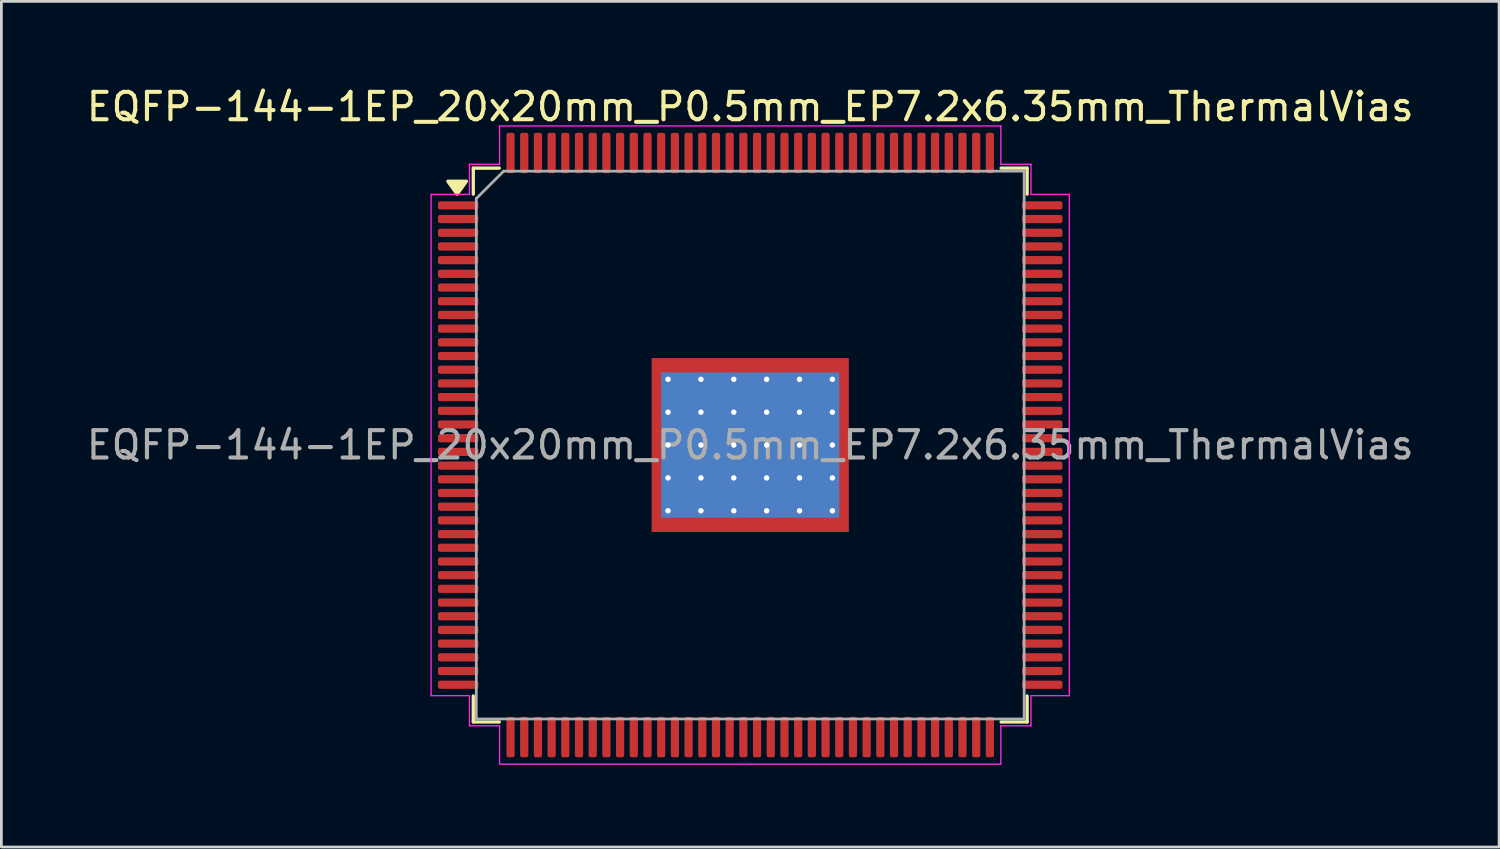
<source format=kicad_pcb>
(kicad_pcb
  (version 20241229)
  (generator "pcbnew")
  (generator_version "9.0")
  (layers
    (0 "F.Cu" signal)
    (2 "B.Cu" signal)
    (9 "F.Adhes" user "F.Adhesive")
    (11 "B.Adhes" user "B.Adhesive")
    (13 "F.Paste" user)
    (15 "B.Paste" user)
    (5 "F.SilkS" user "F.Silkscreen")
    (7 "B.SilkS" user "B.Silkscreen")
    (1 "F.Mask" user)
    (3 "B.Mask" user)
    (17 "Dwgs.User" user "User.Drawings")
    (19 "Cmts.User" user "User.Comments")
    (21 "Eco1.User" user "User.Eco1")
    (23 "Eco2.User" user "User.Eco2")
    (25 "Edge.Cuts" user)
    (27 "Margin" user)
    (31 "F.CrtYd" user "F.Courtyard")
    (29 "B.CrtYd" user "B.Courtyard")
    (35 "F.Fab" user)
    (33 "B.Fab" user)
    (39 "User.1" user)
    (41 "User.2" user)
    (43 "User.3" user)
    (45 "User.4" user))
  (footprint "EQFP-144-1EP_20x20mm_P0.5mm_EP7.2x6.35mm_ThermalVias"
    (layer "F.Cu")
    (at 24.339 13.198)
    (property "Reference" "EQFP-144-1EP_20x20mm_P0.5mm_EP7.2x6.35mm_ThermalVias" (at 0 -12.35 0) (layer "F.SilkS") (effects (font (size 1 1) (thickness 0.15))))
    (attr smd)
    (fp_line (start -10.11 -10.11) (end -10.11 -9.16) (stroke (width 0.12) (type solid)) (layer "F.SilkS"))
    (fp_line (start -10.11 10.11) (end -10.11 9.16) (stroke (width 0.12) (type solid)) (layer "F.SilkS"))
    (fp_line (start -9.16 -10.11) (end -10.11 -10.11) (stroke (width 0.12) (type solid)) (layer "F.SilkS"))
    (fp_line (start -9.16 10.11) (end -10.11 10.11) (stroke (width 0.12) (type solid)) (layer "F.SilkS"))
    (fp_line (start 9.16 -10.11) (end 10.11 -10.11) (stroke (width 0.12) (type solid)) (layer "F.SilkS"))
    (fp_line (start 9.16 10.11) (end 10.11 10.11) (stroke (width 0.12) (type solid)) (layer "F.SilkS"))
    (fp_line (start 10.11 -10.11) (end 10.11 -9.16) (stroke (width 0.12) (type solid)) (layer "F.SilkS"))
    (fp_line (start 10.11 10.11) (end 10.11 9.16) (stroke (width 0.12) (type solid)) (layer "F.SilkS"))
    (fp_poly (pts (xy -10.7 -9.16) (xy -11.04 -9.63) (xy -10.36 -9.63)) (stroke (width 0.12) (type solid)) (fill yes) (layer "F.SilkS"))
    (fp_line (start -11.65 -9.15) (end -11.65 0) (stroke (width 0.05) (type solid)) (layer "F.CrtYd"))
    (fp_line (start -11.65 9.15) (end -11.65 0) (stroke (width 0.05) (type solid)) (layer "F.CrtYd"))
    (fp_line (start -10.25 -10.25) (end -10.25 -9.15) (stroke (width 0.05) (type solid)) (layer "F.CrtYd"))
    (fp_line (start -10.25 -9.15) (end -11.65 -9.15) (stroke (width 0.05) (type solid)) (layer "F.CrtYd"))
    (fp_line (start -10.25 9.15) (end -11.65 9.15) (stroke (width 0.05) (type solid)) (layer "F.CrtYd"))
    (fp_line (start -10.25 10.25) (end -10.25 9.15) (stroke (width 0.05) (type solid)) (layer "F.CrtYd"))
    (fp_line (start -9.15 -11.65) (end -9.15 -10.25) (stroke (width 0.05) (type solid)) (layer "F.CrtYd"))
    (fp_line (start -9.15 -10.25) (end -10.25 -10.25) (stroke (width 0.05) (type solid)) (layer "F.CrtYd"))
    (fp_line (start -9.15 10.25) (end -10.25 10.25) (stroke (width 0.05) (type solid)) (layer "F.CrtYd"))
    (fp_line (start -9.15 11.65) (end -9.15 10.25) (stroke (width 0.05) (type solid)) (layer "F.CrtYd"))
    (fp_line (start 0 -11.65) (end -9.15 -11.65) (stroke (width 0.05) (type solid)) (layer "F.CrtYd"))
    (fp_line (start 0 -11.65) (end 9.15 -11.65) (stroke (width 0.05) (type solid)) (layer "F.CrtYd"))
    (fp_line (start 0 11.65) (end -9.15 11.65) (stroke (width 0.05) (type solid)) (layer "F.CrtYd"))
    (fp_line (start 0 11.65) (end 9.15 11.65) (stroke (width 0.05) (type solid)) (layer "F.CrtYd"))
    (fp_line (start 9.15 -11.65) (end 9.15 -10.25) (stroke (width 0.05) (type solid)) (layer "F.CrtYd"))
    (fp_line (start 9.15 -10.25) (end 10.25 -10.25) (stroke (width 0.05) (type solid)) (layer "F.CrtYd"))
    (fp_line (start 9.15 10.25) (end 10.25 10.25) (stroke (width 0.05) (type solid)) (layer "F.CrtYd"))
    (fp_line (start 9.15 11.65) (end 9.15 10.25) (stroke (width 0.05) (type solid)) (layer "F.CrtYd"))
    (fp_line (start 10.25 -10.25) (end 10.25 -9.15) (stroke (width 0.05) (type solid)) (layer "F.CrtYd"))
    (fp_line (start 10.25 -9.15) (end 11.65 -9.15) (stroke (width 0.05) (type solid)) (layer "F.CrtYd"))
    (fp_line (start 10.25 9.15) (end 11.65 9.15) (stroke (width 0.05) (type solid)) (layer "F.CrtYd"))
    (fp_line (start 10.25 10.25) (end 10.25 9.15) (stroke (width 0.05) (type solid)) (layer "F.CrtYd"))
    (fp_line (start 11.65 -9.15) (end 11.65 0) (stroke (width 0.05) (type solid)) (layer "F.CrtYd"))
    (fp_line (start 11.65 9.15) (end 11.65 0) (stroke (width 0.05) (type solid)) (layer "F.CrtYd"))
    (fp_line (start -10 -9) (end -9 -10) (stroke (width 0.1) (type solid)) (layer "F.Fab"))
    (fp_line (start -10 10) (end -10 -9) (stroke (width 0.1) (type solid)) (layer "F.Fab"))
    (fp_line (start -9 -10) (end 10 -10) (stroke (width 0.1) (type solid)) (layer "F.Fab"))
    (fp_line (start 10 -10) (end 10 10) (stroke (width 0.1) (type solid)) (layer "F.Fab"))
    (fp_line (start 10 10) (end -10 10) (stroke (width 0.1) (type solid)) (layer "F.Fab"))
    (fp_text user "${REFERENCE}" (at 0 0 0) (layer "F.Fab") (effects (font (size 1 1) (thickness 0.15))))
    (pad "" smd custom (at -3.3 -2.788) (size 0.378 0.378) (layers "F.Paste") (options (anchor circle)) (primitives (gr_poly (pts (xy -0.136 -0.207) (xy 0.136 -0.207) (xy 0.136 0.119) (xy 0.048 0.207) (xy -0.136 0.207)) (width 0.212) (fill yes))))
    (pad "" smd custom (at -3.3 -1.8) (size 0.407 0.407) (layers "F.Paste") (options (anchor circle)) (primitives (gr_poly (pts (xy -0.165 -0.407) (xy 0.102 -0.407) (xy 0.165 -0.344) (xy 0.165 0.344) (xy 0.102 0.407) (xy -0.165 0.407)) (width 0.153) (fill yes))))
    (pad "" smd custom (at -3.3 -0.6) (size 0.407 0.407) (layers "F.Paste") (options (anchor circle)) (primitives (gr_poly (pts (xy -0.165 -0.407) (xy 0.102 -0.407) (xy 0.165 -0.344) (xy 0.165 0.344) (xy 0.102 0.407) (xy -0.165 0.407)) (width 0.153) (fill yes))))
    (pad "" smd custom (at -3.3 0.6) (size 0.407 0.407) (layers "F.Paste") (options (anchor circle)) (primitives (gr_poly (pts (xy -0.165 -0.407) (xy 0.102 -0.407) (xy 0.165 -0.344) (xy 0.165 0.344) (xy 0.102 0.407) (xy -0.165 0.407)) (width 0.153) (fill yes))))
    (pad "" smd custom (at -3.3 1.8) (size 0.407 0.407) (layers "F.Paste") (options (anchor circle)) (primitives (gr_poly (pts (xy -0.165 -0.407) (xy 0.102 -0.407) (xy 0.165 -0.344) (xy 0.165 0.344) (xy 0.102 0.407) (xy -0.165 0.407)) (width 0.153) (fill yes))))
    (pad "" smd custom (at -3.3 2.788) (size 0.378 0.378) (layers "F.Paste") (options (anchor circle)) (primitives (gr_poly (pts (xy -0.136 -0.207) (xy 0.048 -0.207) (xy 0.136 -0.119) (xy 0.136 0.207) (xy -0.136 0.207)) (width 0.212) (fill yes))))
    (pad "" smd roundrect (at -2.4 -2.788) (size 0.967 0.625) (layers "F.Paste") (roundrect_rratio 0.25))
    (pad "" smd roundrect (at -2.4 -1.8) (size 0.967 0.967) (layers "F.Paste") (roundrect_rratio 0.25))
    (pad "" smd roundrect (at -2.4 -0.6) (size 0.967 0.967) (layers "F.Paste") (roundrect_rratio 0.25))
    (pad "" smd roundrect (at -2.4 0.6) (size 0.967 0.967) (layers "F.Paste") (roundrect_rratio 0.25))
    (pad "" smd roundrect (at -2.4 1.8) (size 0.967 0.967) (layers "F.Paste") (roundrect_rratio 0.25))
    (pad "" smd roundrect (at -2.4 2.788) (size 0.967 0.625) (layers "F.Paste") (roundrect_rratio 0.25))
    (pad "" smd roundrect (at -1.2 -2.788) (size 0.967 0.625) (layers "F.Paste") (roundrect_rratio 0.25))
    (pad "" smd roundrect (at -1.2 -1.8) (size 0.967 0.967) (layers "F.Paste") (roundrect_rratio 0.25))
    (pad "" smd roundrect (at -1.2 -0.6) (size 0.967 0.967) (layers "F.Paste") (roundrect_rratio 0.25))
    (pad "" smd roundrect (at -1.2 0.6) (size 0.967 0.967) (layers "F.Paste") (roundrect_rratio 0.25))
    (pad "" smd roundrect (at -1.2 1.8) (size 0.967 0.967) (layers "F.Paste") (roundrect_rratio 0.25))
    (pad "" smd roundrect (at -1.2 2.788) (size 0.967 0.625) (layers "F.Paste") (roundrect_rratio 0.25))
    (pad "" smd roundrect (at 0 -2.788) (size 0.967 0.625) (layers "F.Paste") (roundrect_rratio 0.25))
    (pad "" smd roundrect (at 0 -1.8) (size 0.967 0.967) (layers "F.Paste") (roundrect_rratio 0.25))
    (pad "" smd roundrect (at 0 -0.6) (size 0.967 0.967) (layers "F.Paste") (roundrect_rratio 0.25))
    (pad "" smd roundrect (at 0 0.6) (size 0.967 0.967) (layers "F.Paste") (roundrect_rratio 0.25))
    (pad "" smd roundrect (at 0 1.8) (size 0.967 0.967) (layers "F.Paste") (roundrect_rratio 0.25))
    (pad "" smd roundrect (at 0 2.788) (size 0.967 0.625) (layers "F.Paste") (roundrect_rratio 0.25))
    (pad "" smd roundrect (at 1.2 -2.788) (size 0.967 0.625) (layers "F.Paste") (roundrect_rratio 0.25))
    (pad "" smd roundrect (at 1.2 -1.8) (size 0.967 0.967) (layers "F.Paste") (roundrect_rratio 0.25))
    (pad "" smd roundrect (at 1.2 -0.6) (size 0.967 0.967) (layers "F.Paste") (roundrect_rratio 0.25))
    (pad "" smd roundrect (at 1.2 0.6) (size 0.967 0.967) (layers "F.Paste") (roundrect_rratio 0.25))
    (pad "" smd roundrect (at 1.2 1.8) (size 0.967 0.967) (layers "F.Paste") (roundrect_rratio 0.25))
    (pad "" smd roundrect (at 1.2 2.788) (size 0.967 0.625) (layers "F.Paste") (roundrect_rratio 0.25))
    (pad "" smd roundrect (at 2.4 -2.788) (size 0.967 0.625) (layers "F.Paste") (roundrect_rratio 0.25))
    (pad "" smd roundrect (at 2.4 -1.8) (size 0.967 0.967) (layers "F.Paste") (roundrect_rratio 0.25))
    (pad "" smd roundrect (at 2.4 -0.6) (size 0.967 0.967) (layers "F.Paste") (roundrect_rratio 0.25))
    (pad "" smd roundrect (at 2.4 0.6) (size 0.967 0.967) (layers "F.Paste") (roundrect_rratio 0.25))
    (pad "" smd roundrect (at 2.4 1.8) (size 0.967 0.967) (layers "F.Paste") (roundrect_rratio 0.25))
    (pad "" smd roundrect (at 2.4 2.788) (size 0.967 0.625) (layers "F.Paste") (roundrect_rratio 0.25))
    (pad "" smd custom (at 3.3 -2.788) (size 0.378 0.378) (layers "F.Paste") (options (anchor circle)) (primitives (gr_poly (pts (xy -0.136 -0.207) (xy 0.136 -0.207) (xy 0.136 0.207) (xy -0.048 0.207) (xy -0.136 0.119)) (width 0.212) (fill yes))))
    (pad "" smd custom (at 3.3 -1.8) (size 0.407 0.407) (layers "F.Paste") (options (anchor circle)) (primitives (gr_poly (pts (xy -0.165 -0.344) (xy -0.102 -0.407) (xy 0.165 -0.407) (xy 0.165 0.407) (xy -0.102 0.407) (xy -0.165 0.344)) (width 0.153) (fill yes))))
    (pad "" smd custom (at 3.3 -0.6) (size 0.407 0.407) (layers "F.Paste") (options (anchor circle)) (primitives (gr_poly (pts (xy -0.165 -0.344) (xy -0.102 -0.407) (xy 0.165 -0.407) (xy 0.165 0.407) (xy -0.102 0.407) (xy -0.165 0.344)) (width 0.153) (fill yes))))
    (pad "" smd custom (at 3.3 0.6) (size 0.407 0.407) (layers "F.Paste") (options (anchor circle)) (primitives (gr_poly (pts (xy -0.165 -0.344) (xy -0.102 -0.407) (xy 0.165 -0.407) (xy 0.165 0.407) (xy -0.102 0.407) (xy -0.165 0.344)) (width 0.153) (fill yes))))
    (pad "" smd custom (at 3.3 1.8) (size 0.407 0.407) (layers "F.Paste") (options (anchor circle)) (primitives (gr_poly (pts (xy -0.165 -0.344) (xy -0.102 -0.407) (xy 0.165 -0.407) (xy 0.165 0.407) (xy -0.102 0.407) (xy -0.165 0.344)) (width 0.153) (fill yes))))
    (pad "" smd custom (at 3.3 2.788) (size 0.378 0.378) (layers "F.Paste") (options (anchor circle)) (primitives (gr_poly (pts (xy -0.136 -0.119) (xy -0.048 -0.207) (xy 0.136 -0.207) (xy 0.136 0.207) (xy -0.136 0.207)) (width 0.212) (fill yes))))
    (pad "1" smd roundrect (at -10.662 -8.75) (size 1.475 0.3) (layers "F.Cu" "F.Mask" "F.Paste") (roundrect_rratio 0.25))
    (pad "2" smd roundrect (at -10.662 -8.25) (size 1.475 0.3) (layers "F.Cu" "F.Mask" "F.Paste") (roundrect_rratio 0.25))
    (pad "3" smd roundrect (at -10.662 -7.75) (size 1.475 0.3) (layers "F.Cu" "F.Mask" "F.Paste") (roundrect_rratio 0.25))
    (pad "4" smd roundrect (at -10.662 -7.25) (size 1.475 0.3) (layers "F.Cu" "F.Mask" "F.Paste") (roundrect_rratio 0.25))
    (pad "5" smd roundrect (at -10.662 -6.75) (size 1.475 0.3) (layers "F.Cu" "F.Mask" "F.Paste") (roundrect_rratio 0.25))
    (pad "6" smd roundrect (at -10.662 -6.25) (size 1.475 0.3) (layers "F.Cu" "F.Mask" "F.Paste") (roundrect_rratio 0.25))
    (pad "7" smd roundrect (at -10.662 -5.75) (size 1.475 0.3) (layers "F.Cu" "F.Mask" "F.Paste") (roundrect_rratio 0.25))
    (pad "8" smd roundrect (at -10.662 -5.25) (size 1.475 0.3) (layers "F.Cu" "F.Mask" "F.Paste") (roundrect_rratio 0.25))
    (pad "9" smd roundrect (at -10.662 -4.75) (size 1.475 0.3) (layers "F.Cu" "F.Mask" "F.Paste") (roundrect_rratio 0.25))
    (pad "10" smd roundrect (at -10.662 -4.25) (size 1.475 0.3) (layers "F.Cu" "F.Mask" "F.Paste") (roundrect_rratio 0.25))
    (pad "11" smd roundrect (at -10.662 -3.75) (size 1.475 0.3) (layers "F.Cu" "F.Mask" "F.Paste") (roundrect_rratio 0.25))
    (pad "12" smd roundrect (at -10.662 -3.25) (size 1.475 0.3) (layers "F.Cu" "F.Mask" "F.Paste") (roundrect_rratio 0.25))
    (pad "13" smd roundrect (at -10.662 -2.75) (size 1.475 0.3) (layers "F.Cu" "F.Mask" "F.Paste") (roundrect_rratio 0.25))
    (pad "14" smd roundrect (at -10.662 -2.25) (size 1.475 0.3) (layers "F.Cu" "F.Mask" "F.Paste") (roundrect_rratio 0.25))
    (pad "15" smd roundrect (at -10.662 -1.75) (size 1.475 0.3) (layers "F.Cu" "F.Mask" "F.Paste") (roundrect_rratio 0.25))
    (pad "16" smd roundrect (at -10.662 -1.25) (size 1.475 0.3) (layers "F.Cu" "F.Mask" "F.Paste") (roundrect_rratio 0.25))
    (pad "17" smd roundrect (at -10.662 -0.75) (size 1.475 0.3) (layers "F.Cu" "F.Mask" "F.Paste") (roundrect_rratio 0.25))
    (pad "18" smd roundrect (at -10.662 -0.25) (size 1.475 0.3) (layers "F.Cu" "F.Mask" "F.Paste") (roundrect_rratio 0.25))
    (pad "19" smd roundrect (at -10.662 0.25) (size 1.475 0.3) (layers "F.Cu" "F.Mask" "F.Paste") (roundrect_rratio 0.25))
    (pad "20" smd roundrect (at -10.662 0.75) (size 1.475 0.3) (layers "F.Cu" "F.Mask" "F.Paste") (roundrect_rratio 0.25))
    (pad "21" smd roundrect (at -10.662 1.25) (size 1.475 0.3) (layers "F.Cu" "F.Mask" "F.Paste") (roundrect_rratio 0.25))
    (pad "22" smd roundrect (at -10.662 1.75) (size 1.475 0.3) (layers "F.Cu" "F.Mask" "F.Paste") (roundrect_rratio 0.25))
    (pad "23" smd roundrect (at -10.662 2.25) (size 1.475 0.3) (layers "F.Cu" "F.Mask" "F.Paste") (roundrect_rratio 0.25))
    (pad "24" smd roundrect (at -10.662 2.75) (size 1.475 0.3) (layers "F.Cu" "F.Mask" "F.Paste") (roundrect_rratio 0.25))
    (pad "25" smd roundrect (at -10.662 3.25) (size 1.475 0.3) (layers "F.Cu" "F.Mask" "F.Paste") (roundrect_rratio 0.25))
    (pad "26" smd roundrect (at -10.662 3.75) (size 1.475 0.3) (layers "F.Cu" "F.Mask" "F.Paste") (roundrect_rratio 0.25))
    (pad "27" smd roundrect (at -10.662 4.25) (size 1.475 0.3) (layers "F.Cu" "F.Mask" "F.Paste") (roundrect_rratio 0.25))
    (pad "28" smd roundrect (at -10.662 4.75) (size 1.475 0.3) (layers "F.Cu" "F.Mask" "F.Paste") (roundrect_rratio 0.25))
    (pad "29" smd roundrect (at -10.662 5.25) (size 1.475 0.3) (layers "F.Cu" "F.Mask" "F.Paste") (roundrect_rratio 0.25))
    (pad "30" smd roundrect (at -10.662 5.75) (size 1.475 0.3) (layers "F.Cu" "F.Mask" "F.Paste") (roundrect_rratio 0.25))
    (pad "31" smd roundrect (at -10.662 6.25) (size 1.475 0.3) (layers "F.Cu" "F.Mask" "F.Paste") (roundrect_rratio 0.25))
    (pad "32" smd roundrect (at -10.662 6.75) (size 1.475 0.3) (layers "F.Cu" "F.Mask" "F.Paste") (roundrect_rratio 0.25))
    (pad "33" smd roundrect (at -10.662 7.25) (size 1.475 0.3) (layers "F.Cu" "F.Mask" "F.Paste") (roundrect_rratio 0.25))
    (pad "34" smd roundrect (at -10.662 7.75) (size 1.475 0.3) (layers "F.Cu" "F.Mask" "F.Paste") (roundrect_rratio 0.25))
    (pad "35" smd roundrect (at -10.662 8.25) (size 1.475 0.3) (layers "F.Cu" "F.Mask" "F.Paste") (roundrect_rratio 0.25))
    (pad "36" smd roundrect (at -10.662 8.75) (size 1.475 0.3) (layers "F.Cu" "F.Mask" "F.Paste") (roundrect_rratio 0.25))
    (pad "37" smd roundrect (at -8.75 10.662) (size 0.3 1.475) (layers "F.Cu" "F.Mask" "F.Paste") (roundrect_rratio 0.25))
    (pad "38" smd roundrect (at -8.25 10.662) (size 0.3 1.475) (layers "F.Cu" "F.Mask" "F.Paste") (roundrect_rratio 0.25))
    (pad "39" smd roundrect (at -7.75 10.662) (size 0.3 1.475) (layers "F.Cu" "F.Mask" "F.Paste") (roundrect_rratio 0.25))
    (pad "40" smd roundrect (at -7.25 10.662) (size 0.3 1.475) (layers "F.Cu" "F.Mask" "F.Paste") (roundrect_rratio 0.25))
    (pad "41" smd roundrect (at -6.75 10.662) (size 0.3 1.475) (layers "F.Cu" "F.Mask" "F.Paste") (roundrect_rratio 0.25))
    (pad "42" smd roundrect (at -6.25 10.662) (size 0.3 1.475) (layers "F.Cu" "F.Mask" "F.Paste") (roundrect_rratio 0.25))
    (pad "43" smd roundrect (at -5.75 10.662) (size 0.3 1.475) (layers "F.Cu" "F.Mask" "F.Paste") (roundrect_rratio 0.25))
    (pad "44" smd roundrect (at -5.25 10.662) (size 0.3 1.475) (layers "F.Cu" "F.Mask" "F.Paste") (roundrect_rratio 0.25))
    (pad "45" smd roundrect (at -4.75 10.662) (size 0.3 1.475) (layers "F.Cu" "F.Mask" "F.Paste") (roundrect_rratio 0.25))
    (pad "46" smd roundrect (at -4.25 10.662) (size 0.3 1.475) (layers "F.Cu" "F.Mask" "F.Paste") (roundrect_rratio 0.25))
    (pad "47" smd roundrect (at -3.75 10.662) (size 0.3 1.475) (layers "F.Cu" "F.Mask" "F.Paste") (roundrect_rratio 0.25))
    (pad "48" smd roundrect (at -3.25 10.662) (size 0.3 1.475) (layers "F.Cu" "F.Mask" "F.Paste") (roundrect_rratio 0.25))
    (pad "49" smd roundrect (at -2.75 10.662) (size 0.3 1.475) (layers "F.Cu" "F.Mask" "F.Paste") (roundrect_rratio 0.25))
    (pad "50" smd roundrect (at -2.25 10.662) (size 0.3 1.475) (layers "F.Cu" "F.Mask" "F.Paste") (roundrect_rratio 0.25))
    (pad "51" smd roundrect (at -1.75 10.662) (size 0.3 1.475) (layers "F.Cu" "F.Mask" "F.Paste") (roundrect_rratio 0.25))
    (pad "52" smd roundrect (at -1.25 10.662) (size 0.3 1.475) (layers "F.Cu" "F.Mask" "F.Paste") (roundrect_rratio 0.25))
    (pad "53" smd roundrect (at -0.75 10.662) (size 0.3 1.475) (layers "F.Cu" "F.Mask" "F.Paste") (roundrect_rratio 0.25))
    (pad "54" smd roundrect (at -0.25 10.662) (size 0.3 1.475) (layers "F.Cu" "F.Mask" "F.Paste") (roundrect_rratio 0.25))
    (pad "55" smd roundrect (at 0.25 10.662) (size 0.3 1.475) (layers "F.Cu" "F.Mask" "F.Paste") (roundrect_rratio 0.25))
    (pad "56" smd roundrect (at 0.75 10.662) (size 0.3 1.475) (layers "F.Cu" "F.Mask" "F.Paste") (roundrect_rratio 0.25))
    (pad "57" smd roundrect (at 1.25 10.662) (size 0.3 1.475) (layers "F.Cu" "F.Mask" "F.Paste") (roundrect_rratio 0.25))
    (pad "58" smd roundrect (at 1.75 10.662) (size 0.3 1.475) (layers "F.Cu" "F.Mask" "F.Paste") (roundrect_rratio 0.25))
    (pad "59" smd roundrect (at 2.25 10.662) (size 0.3 1.475) (layers "F.Cu" "F.Mask" "F.Paste") (roundrect_rratio 0.25))
    (pad "60" smd roundrect (at 2.75 10.662) (size 0.3 1.475) (layers "F.Cu" "F.Mask" "F.Paste") (roundrect_rratio 0.25))
    (pad "61" smd roundrect (at 3.25 10.662) (size 0.3 1.475) (layers "F.Cu" "F.Mask" "F.Paste") (roundrect_rratio 0.25))
    (pad "62" smd roundrect (at 3.75 10.662) (size 0.3 1.475) (layers "F.Cu" "F.Mask" "F.Paste") (roundrect_rratio 0.25))
    (pad "63" smd roundrect (at 4.25 10.662) (size 0.3 1.475) (layers "F.Cu" "F.Mask" "F.Paste") (roundrect_rratio 0.25))
    (pad "64" smd roundrect (at 4.75 10.662) (size 0.3 1.475) (layers "F.Cu" "F.Mask" "F.Paste") (roundrect_rratio 0.25))
    (pad "65" smd roundrect (at 5.25 10.662) (size 0.3 1.475) (layers "F.Cu" "F.Mask" "F.Paste") (roundrect_rratio 0.25))
    (pad "66" smd roundrect (at 5.75 10.662) (size 0.3 1.475) (layers "F.Cu" "F.Mask" "F.Paste") (roundrect_rratio 0.25))
    (pad "67" smd roundrect (at 6.25 10.662) (size 0.3 1.475) (layers "F.Cu" "F.Mask" "F.Paste") (roundrect_rratio 0.25))
    (pad "68" smd roundrect (at 6.75 10.662) (size 0.3 1.475) (layers "F.Cu" "F.Mask" "F.Paste") (roundrect_rratio 0.25))
    (pad "69" smd roundrect (at 7.25 10.662) (size 0.3 1.475) (layers "F.Cu" "F.Mask" "F.Paste") (roundrect_rratio 0.25))
    (pad "70" smd roundrect (at 7.75 10.662) (size 0.3 1.475) (layers "F.Cu" "F.Mask" "F.Paste") (roundrect_rratio 0.25))
    (pad "71" smd roundrect (at 8.25 10.662) (size 0.3 1.475) (layers "F.Cu" "F.Mask" "F.Paste") (roundrect_rratio 0.25))
    (pad "72" smd roundrect (at 8.75 10.662) (size 0.3 1.475) (layers "F.Cu" "F.Mask" "F.Paste") (roundrect_rratio 0.25))
    (pad "73" smd roundrect (at 10.662 8.75) (size 1.475 0.3) (layers "F.Cu" "F.Mask" "F.Paste") (roundrect_rratio 0.25))
    (pad "74" smd roundrect (at 10.662 8.25) (size 1.475 0.3) (layers "F.Cu" "F.Mask" "F.Paste") (roundrect_rratio 0.25))
    (pad "75" smd roundrect (at 10.662 7.75) (size 1.475 0.3) (layers "F.Cu" "F.Mask" "F.Paste") (roundrect_rratio 0.25))
    (pad "76" smd roundrect (at 10.662 7.25) (size 1.475 0.3) (layers "F.Cu" "F.Mask" "F.Paste") (roundrect_rratio 0.25))
    (pad "77" smd roundrect (at 10.662 6.75) (size 1.475 0.3) (layers "F.Cu" "F.Mask" "F.Paste") (roundrect_rratio 0.25))
    (pad "78" smd roundrect (at 10.662 6.25) (size 1.475 0.3) (layers "F.Cu" "F.Mask" "F.Paste") (roundrect_rratio 0.25))
    (pad "79" smd roundrect (at 10.662 5.75) (size 1.475 0.3) (layers "F.Cu" "F.Mask" "F.Paste") (roundrect_rratio 0.25))
    (pad "80" smd roundrect (at 10.662 5.25) (size 1.475 0.3) (layers "F.Cu" "F.Mask" "F.Paste") (roundrect_rratio 0.25))
    (pad "81" smd roundrect (at 10.662 4.75) (size 1.475 0.3) (layers "F.Cu" "F.Mask" "F.Paste") (roundrect_rratio 0.25))
    (pad "82" smd roundrect (at 10.662 4.25) (size 1.475 0.3) (layers "F.Cu" "F.Mask" "F.Paste") (roundrect_rratio 0.25))
    (pad "83" smd roundrect (at 10.662 3.75) (size 1.475 0.3) (layers "F.Cu" "F.Mask" "F.Paste") (roundrect_rratio 0.25))
    (pad "84" smd roundrect (at 10.662 3.25) (size 1.475 0.3) (layers "F.Cu" "F.Mask" "F.Paste") (roundrect_rratio 0.25))
    (pad "85" smd roundrect (at 10.662 2.75) (size 1.475 0.3) (layers "F.Cu" "F.Mask" "F.Paste") (roundrect_rratio 0.25))
    (pad "86" smd roundrect (at 10.662 2.25) (size 1.475 0.3) (layers "F.Cu" "F.Mask" "F.Paste") (roundrect_rratio 0.25))
    (pad "87" smd roundrect (at 10.662 1.75) (size 1.475 0.3) (layers "F.Cu" "F.Mask" "F.Paste") (roundrect_rratio 0.25))
    (pad "88" smd roundrect (at 10.662 1.25) (size 1.475 0.3) (layers "F.Cu" "F.Mask" "F.Paste") (roundrect_rratio 0.25))
    (pad "89" smd roundrect (at 10.662 0.75) (size 1.475 0.3) (layers "F.Cu" "F.Mask" "F.Paste") (roundrect_rratio 0.25))
    (pad "90" smd roundrect (at 10.662 0.25) (size 1.475 0.3) (layers "F.Cu" "F.Mask" "F.Paste") (roundrect_rratio 0.25))
    (pad "91" smd roundrect (at 10.662 -0.25) (size 1.475 0.3) (layers "F.Cu" "F.Mask" "F.Paste") (roundrect_rratio 0.25))
    (pad "92" smd roundrect (at 10.662 -0.75) (size 1.475 0.3) (layers "F.Cu" "F.Mask" "F.Paste") (roundrect_rratio 0.25))
    (pad "93" smd roundrect (at 10.662 -1.25) (size 1.475 0.3) (layers "F.Cu" "F.Mask" "F.Paste") (roundrect_rratio 0.25))
    (pad "94" smd roundrect (at 10.662 -1.75) (size 1.475 0.3) (layers "F.Cu" "F.Mask" "F.Paste") (roundrect_rratio 0.25))
    (pad "95" smd roundrect (at 10.662 -2.25) (size 1.475 0.3) (layers "F.Cu" "F.Mask" "F.Paste") (roundrect_rratio 0.25))
    (pad "96" smd roundrect (at 10.662 -2.75) (size 1.475 0.3) (layers "F.Cu" "F.Mask" "F.Paste") (roundrect_rratio 0.25))
    (pad "97" smd roundrect (at 10.662 -3.25) (size 1.475 0.3) (layers "F.Cu" "F.Mask" "F.Paste") (roundrect_rratio 0.25))
    (pad "98" smd roundrect (at 10.662 -3.75) (size 1.475 0.3) (layers "F.Cu" "F.Mask" "F.Paste") (roundrect_rratio 0.25))
    (pad "99" smd roundrect (at 10.662 -4.25) (size 1.475 0.3) (layers "F.Cu" "F.Mask" "F.Paste") (roundrect_rratio 0.25))
    (pad "100" smd roundrect (at 10.662 -4.75) (size 1.475 0.3) (layers "F.Cu" "F.Mask" "F.Paste") (roundrect_rratio 0.25))
    (pad "101" smd roundrect (at 10.662 -5.25) (size 1.475 0.3) (layers "F.Cu" "F.Mask" "F.Paste") (roundrect_rratio 0.25))
    (pad "102" smd roundrect (at 10.662 -5.75) (size 1.475 0.3) (layers "F.Cu" "F.Mask" "F.Paste") (roundrect_rratio 0.25))
    (pad "103" smd roundrect (at 10.662 -6.25) (size 1.475 0.3) (layers "F.Cu" "F.Mask" "F.Paste") (roundrect_rratio 0.25))
    (pad "104" smd roundrect (at 10.662 -6.75) (size 1.475 0.3) (layers "F.Cu" "F.Mask" "F.Paste") (roundrect_rratio 0.25))
    (pad "105" smd roundrect (at 10.662 -7.25) (size 1.475 0.3) (layers "F.Cu" "F.Mask" "F.Paste") (roundrect_rratio 0.25))
    (pad "106" smd roundrect (at 10.662 -7.75) (size 1.475 0.3) (layers "F.Cu" "F.Mask" "F.Paste") (roundrect_rratio 0.25))
    (pad "107" smd roundrect (at 10.662 -8.25) (size 1.475 0.3) (layers "F.Cu" "F.Mask" "F.Paste") (roundrect_rratio 0.25))
    (pad "108" smd roundrect (at 10.662 -8.75) (size 1.475 0.3) (layers "F.Cu" "F.Mask" "F.Paste") (roundrect_rratio 0.25))
    (pad "109" smd roundrect (at 8.75 -10.662) (size 0.3 1.475) (layers "F.Cu" "F.Mask" "F.Paste") (roundrect_rratio 0.25))
    (pad "110" smd roundrect (at 8.25 -10.662) (size 0.3 1.475) (layers "F.Cu" "F.Mask" "F.Paste") (roundrect_rratio 0.25))
    (pad "111" smd roundrect (at 7.75 -10.662) (size 0.3 1.475) (layers "F.Cu" "F.Mask" "F.Paste") (roundrect_rratio 0.25))
    (pad "112" smd roundrect (at 7.25 -10.662) (size 0.3 1.475) (layers "F.Cu" "F.Mask" "F.Paste") (roundrect_rratio 0.25))
    (pad "113" smd roundrect (at 6.75 -10.662) (size 0.3 1.475) (layers "F.Cu" "F.Mask" "F.Paste") (roundrect_rratio 0.25))
    (pad "114" smd roundrect (at 6.25 -10.662) (size 0.3 1.475) (layers "F.Cu" "F.Mask" "F.Paste") (roundrect_rratio 0.25))
    (pad "115" smd roundrect (at 5.75 -10.662) (size 0.3 1.475) (layers "F.Cu" "F.Mask" "F.Paste") (roundrect_rratio 0.25))
    (pad "116" smd roundrect (at 5.25 -10.662) (size 0.3 1.475) (layers "F.Cu" "F.Mask" "F.Paste") (roundrect_rratio 0.25))
    (pad "117" smd roundrect (at 4.75 -10.662) (size 0.3 1.475) (layers "F.Cu" "F.Mask" "F.Paste") (roundrect_rratio 0.25))
    (pad "118" smd roundrect (at 4.25 -10.662) (size 0.3 1.475) (layers "F.Cu" "F.Mask" "F.Paste") (roundrect_rratio 0.25))
    (pad "119" smd roundrect (at 3.75 -10.662) (size 0.3 1.475) (layers "F.Cu" "F.Mask" "F.Paste") (roundrect_rratio 0.25))
    (pad "120" smd roundrect (at 3.25 -10.662) (size 0.3 1.475) (layers "F.Cu" "F.Mask" "F.Paste") (roundrect_rratio 0.25))
    (pad "121" smd roundrect (at 2.75 -10.662) (size 0.3 1.475) (layers "F.Cu" "F.Mask" "F.Paste") (roundrect_rratio 0.25))
    (pad "122" smd roundrect (at 2.25 -10.662) (size 0.3 1.475) (layers "F.Cu" "F.Mask" "F.Paste") (roundrect_rratio 0.25))
    (pad "123" smd roundrect (at 1.75 -10.662) (size 0.3 1.475) (layers "F.Cu" "F.Mask" "F.Paste") (roundrect_rratio 0.25))
    (pad "124" smd roundrect (at 1.25 -10.662) (size 0.3 1.475) (layers "F.Cu" "F.Mask" "F.Paste") (roundrect_rratio 0.25))
    (pad "125" smd roundrect (at 0.75 -10.662) (size 0.3 1.475) (layers "F.Cu" "F.Mask" "F.Paste") (roundrect_rratio 0.25))
    (pad "126" smd roundrect (at 0.25 -10.662) (size 0.3 1.475) (layers "F.Cu" "F.Mask" "F.Paste") (roundrect_rratio 0.25))
    (pad "127" smd roundrect (at -0.25 -10.662) (size 0.3 1.475) (layers "F.Cu" "F.Mask" "F.Paste") (roundrect_rratio 0.25))
    (pad "128" smd roundrect (at -0.75 -10.662) (size 0.3 1.475) (layers "F.Cu" "F.Mask" "F.Paste") (roundrect_rratio 0.25))
    (pad "129" smd roundrect (at -1.25 -10.662) (size 0.3 1.475) (layers "F.Cu" "F.Mask" "F.Paste") (roundrect_rratio 0.25))
    (pad "130" smd roundrect (at -1.75 -10.662) (size 0.3 1.475) (layers "F.Cu" "F.Mask" "F.Paste") (roundrect_rratio 0.25))
    (pad "131" smd roundrect (at -2.25 -10.662) (size 0.3 1.475) (layers "F.Cu" "F.Mask" "F.Paste") (roundrect_rratio 0.25))
    (pad "132" smd roundrect (at -2.75 -10.662) (size 0.3 1.475) (layers "F.Cu" "F.Mask" "F.Paste") (roundrect_rratio 0.25))
    (pad "133" smd roundrect (at -3.25 -10.662) (size 0.3 1.475) (layers "F.Cu" "F.Mask" "F.Paste") (roundrect_rratio 0.25))
    (pad "134" smd roundrect (at -3.75 -10.662) (size 0.3 1.475) (layers "F.Cu" "F.Mask" "F.Paste") (roundrect_rratio 0.25))
    (pad "135" smd roundrect (at -4.25 -10.662) (size 0.3 1.475) (layers "F.Cu" "F.Mask" "F.Paste") (roundrect_rratio 0.25))
    (pad "136" smd roundrect (at -4.75 -10.662) (size 0.3 1.475) (layers "F.Cu" "F.Mask" "F.Paste") (roundrect_rratio 0.25))
    (pad "137" smd roundrect (at -5.25 -10.662) (size 0.3 1.475) (layers "F.Cu" "F.Mask" "F.Paste") (roundrect_rratio 0.25))
    (pad "138" smd roundrect (at -5.75 -10.662) (size 0.3 1.475) (layers "F.Cu" "F.Mask" "F.Paste") (roundrect_rratio 0.25))
    (pad "139" smd roundrect (at -6.25 -10.662) (size 0.3 1.475) (layers "F.Cu" "F.Mask" "F.Paste") (roundrect_rratio 0.25))
    (pad "140" smd roundrect (at -6.75 -10.662) (size 0.3 1.475) (layers "F.Cu" "F.Mask" "F.Paste") (roundrect_rratio 0.25))
    (pad "141" smd roundrect (at -7.25 -10.662) (size 0.3 1.475) (layers "F.Cu" "F.Mask" "F.Paste") (roundrect_rratio 0.25))
    (pad "142" smd roundrect (at -7.75 -10.662) (size 0.3 1.475) (layers "F.Cu" "F.Mask" "F.Paste") (roundrect_rratio 0.25))
    (pad "143" smd roundrect (at -8.25 -10.662) (size 0.3 1.475) (layers "F.Cu" "F.Mask" "F.Paste") (roundrect_rratio 0.25))
    (pad "144" smd roundrect (at -8.75 -10.662) (size 0.3 1.475) (layers "F.Cu" "F.Mask" "F.Paste") (roundrect_rratio 0.25))
    (pad "145" thru_hole circle (at -3 -2.4) (size 0.5 0.5) (drill 0.2) (property pad_prop_heatsink) (layers "*.Cu"))
    (pad "145" thru_hole circle (at -3 -1.2) (size 0.5 0.5) (drill 0.2) (property pad_prop_heatsink) (layers "*.Cu"))
    (pad "145" thru_hole circle (at -3 0) (size 0.5 0.5) (drill 0.2) (property pad_prop_heatsink) (layers "*.Cu"))
    (pad "145" thru_hole circle (at -3 1.2) (size 0.5 0.5) (drill 0.2) (property pad_prop_heatsink) (layers "*.Cu"))
    (pad "145" thru_hole circle (at -3 2.4) (size 0.5 0.5) (drill 0.2) (property pad_prop_heatsink) (layers "*.Cu"))
    (pad "145" thru_hole circle (at -1.8 -2.4) (size 0.5 0.5) (drill 0.2) (property pad_prop_heatsink) (layers "*.Cu"))
    (pad "145" thru_hole circle (at -1.8 -1.2) (size 0.5 0.5) (drill 0.2) (property pad_prop_heatsink) (layers "*.Cu"))
    (pad "145" thru_hole circle (at -1.8 0) (size 0.5 0.5) (drill 0.2) (property pad_prop_heatsink) (layers "*.Cu"))
    (pad "145" thru_hole circle (at -1.8 1.2) (size 0.5 0.5) (drill 0.2) (property pad_prop_heatsink) (layers "*.Cu"))
    (pad "145" thru_hole circle (at -1.8 2.4) (size 0.5 0.5) (drill 0.2) (property pad_prop_heatsink) (layers "*.Cu"))
    (pad "145" thru_hole circle (at -0.6 -2.4) (size 0.5 0.5) (drill 0.2) (property pad_prop_heatsink) (layers "*.Cu"))
    (pad "145" thru_hole circle (at -0.6 -1.2) (size 0.5 0.5) (drill 0.2) (property pad_prop_heatsink) (layers "*.Cu"))
    (pad "145" thru_hole circle (at -0.6 0) (size 0.5 0.5) (drill 0.2) (property pad_prop_heatsink) (layers "*.Cu"))
    (pad "145" thru_hole circle (at -0.6 1.2) (size 0.5 0.5) (drill 0.2) (property pad_prop_heatsink) (layers "*.Cu"))
    (pad "145" thru_hole circle (at -0.6 2.4) (size 0.5 0.5) (drill 0.2) (property pad_prop_heatsink) (layers "*.Cu"))
    (pad "145" smd rect (at 0 0) (size 6.5 5.3) (property pad_prop_heatsink) (layers "B.Cu"))
    (pad "145" smd rect (at 0 0) (size 7.2 6.35) (property pad_prop_heatsink) (layers "F.Cu" "F.Mask"))
    (pad "145" thru_hole circle (at 0.6 -2.4) (size 0.5 0.5) (drill 0.2) (property pad_prop_heatsink) (layers "*.Cu"))
    (pad "145" thru_hole circle (at 0.6 -1.2) (size 0.5 0.5) (drill 0.2) (property pad_prop_heatsink) (layers "*.Cu"))
    (pad "145" thru_hole circle (at 0.6 0) (size 0.5 0.5) (drill 0.2) (property pad_prop_heatsink) (layers "*.Cu"))
    (pad "145" thru_hole circle (at 0.6 1.2) (size 0.5 0.5) (drill 0.2) (property pad_prop_heatsink) (layers "*.Cu"))
    (pad "145" thru_hole circle (at 0.6 2.4) (size 0.5 0.5) (drill 0.2) (property pad_prop_heatsink) (layers "*.Cu"))
    (pad "145" thru_hole circle (at 1.8 -2.4) (size 0.5 0.5) (drill 0.2) (property pad_prop_heatsink) (layers "*.Cu"))
    (pad "145" thru_hole circle (at 1.8 -1.2) (size 0.5 0.5) (drill 0.2) (property pad_prop_heatsink) (layers "*.Cu"))
    (pad "145" thru_hole circle (at 1.8 0) (size 0.5 0.5) (drill 0.2) (property pad_prop_heatsink) (layers "*.Cu"))
    (pad "145" thru_hole circle (at 1.8 1.2) (size 0.5 0.5) (drill 0.2) (property pad_prop_heatsink) (layers "*.Cu"))
    (pad "145" thru_hole circle (at 1.8 2.4) (size 0.5 0.5) (drill 0.2) (property pad_prop_heatsink) (layers "*.Cu"))
    (pad "145" thru_hole circle (at 3 -2.4) (size 0.5 0.5) (drill 0.2) (property pad_prop_heatsink) (layers "*.Cu"))
    (pad "145" thru_hole circle (at 3 -1.2) (size 0.5 0.5) (drill 0.2) (property pad_prop_heatsink) (layers "*.Cu"))
    (pad "145" thru_hole circle (at 3 0) (size 0.5 0.5) (drill 0.2) (property pad_prop_heatsink) (layers "*.Cu"))
    (pad "145" thru_hole circle (at 3 1.2) (size 0.5 0.5) (drill 0.2) (property pad_prop_heatsink) (layers "*.Cu"))
    (pad "145" thru_hole circle (at 3 2.4) (size 0.5 0.5) (drill 0.2) (property pad_prop_heatsink) (layers "*.Cu")))
  (gr_rect
    (start -3 -3)
    (end 51.679 27.873)
    (stroke (width 0.1) (type default))
    (fill no)
    (layer "Edge.Cuts")))
</source>
